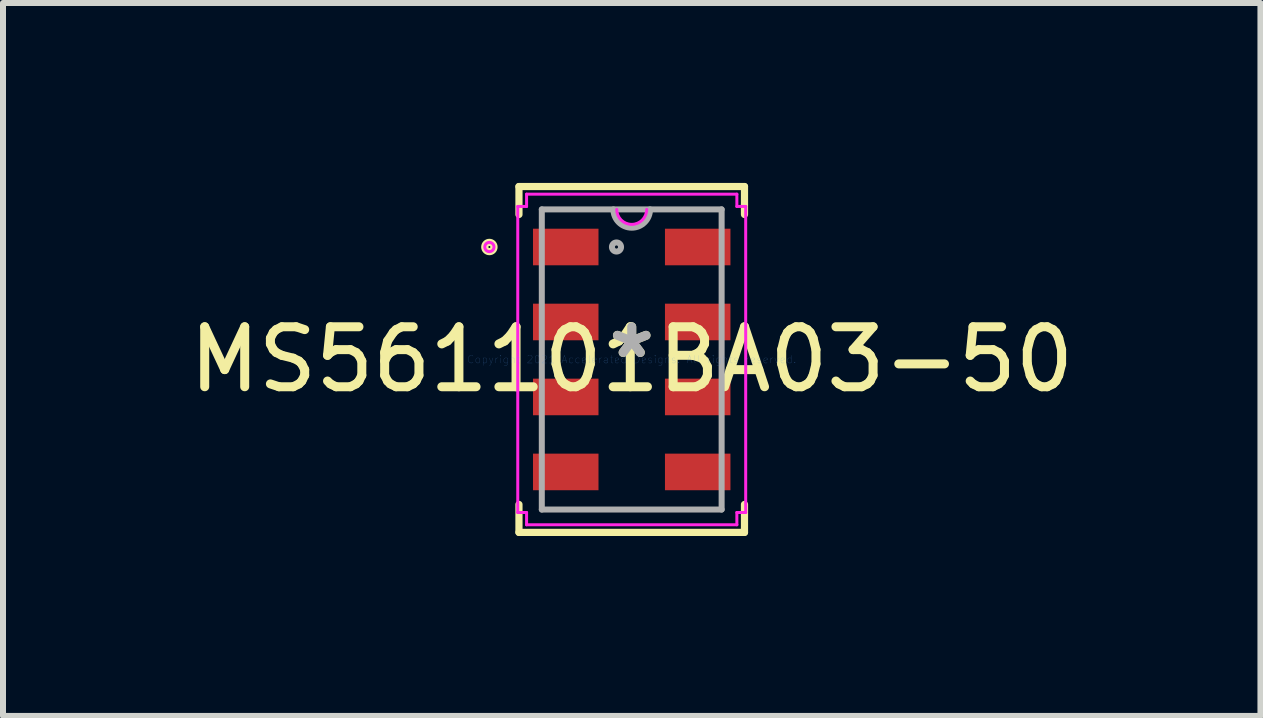
<source format=kicad_pcb>
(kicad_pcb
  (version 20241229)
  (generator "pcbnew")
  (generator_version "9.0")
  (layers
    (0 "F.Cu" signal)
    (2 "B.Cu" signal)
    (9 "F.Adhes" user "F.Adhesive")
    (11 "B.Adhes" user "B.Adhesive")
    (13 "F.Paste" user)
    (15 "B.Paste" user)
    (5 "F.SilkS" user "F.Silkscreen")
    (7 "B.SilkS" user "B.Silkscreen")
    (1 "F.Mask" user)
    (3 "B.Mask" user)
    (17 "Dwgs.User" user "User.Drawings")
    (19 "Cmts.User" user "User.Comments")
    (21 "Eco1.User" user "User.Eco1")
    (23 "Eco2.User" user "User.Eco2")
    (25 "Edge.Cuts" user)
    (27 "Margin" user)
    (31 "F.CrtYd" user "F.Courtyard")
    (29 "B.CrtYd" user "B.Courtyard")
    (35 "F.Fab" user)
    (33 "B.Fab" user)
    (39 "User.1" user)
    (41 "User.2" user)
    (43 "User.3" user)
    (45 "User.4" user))
  (footprint "MS561101BA03-50"
    (layer "F.Cu")
    (at 7.482 2.943)
    (property "Reference" "MS561101BA03-50" (at 0 0 0) (layer "F.SilkS") (effects (font (size 1 1) (thickness 0.15))))
    (attr through_hole)
    (fp_poly (pts (xy -1.646 -2.18) (xy -1.646 -1.57) (xy -0.554 -1.57) (xy -0.554 -2.18)) (stroke (width 0.1) (type solid)) (fill yes) (layer "F.Mask"))
    (fp_poly (pts (xy -1.646 -0.93) (xy -1.646 -0.32) (xy -0.554 -0.32) (xy -0.554 -0.93)) (stroke (width 0.1) (type solid)) (fill yes) (layer "F.Mask"))
    (fp_poly (pts (xy -1.646 0.32) (xy -1.646 0.93) (xy -0.554 0.93) (xy -0.554 0.32)) (stroke (width 0.1) (type solid)) (fill yes) (layer "F.Mask"))
    (fp_poly (pts (xy -1.646 1.57) (xy -1.646 2.18) (xy -0.554 2.18) (xy -0.554 1.57)) (stroke (width 0.1) (type solid)) (fill yes) (layer "F.Mask"))
    (fp_poly (pts (xy 0.554 -2.18) (xy 0.554 -1.57) (xy 1.646 -1.57) (xy 1.646 -2.18)) (stroke (width 0.1) (type solid)) (fill yes) (layer "F.Mask"))
    (fp_poly (pts (xy 0.554 -0.93) (xy 0.554 -0.32) (xy 1.646 -0.32) (xy 1.646 -0.93)) (stroke (width 0.1) (type solid)) (fill yes) (layer "F.Mask"))
    (fp_poly (pts (xy 0.554 0.32) (xy 0.554 0.93) (xy 1.646 0.93) (xy 1.646 0.32)) (stroke (width 0.1) (type solid)) (fill yes) (layer "F.Mask"))
    (fp_poly (pts (xy 0.554 1.57) (xy 0.554 2.18) (xy 1.646 2.18) (xy 1.646 1.57)) (stroke (width 0.1) (type solid)) (fill yes) (layer "F.Mask"))
    (fp_line (start -1.88 -2.883) (end -1.88 -2.417) (stroke (width 0.12) (type solid)) (layer "F.SilkS"))
    (fp_line (start -1.88 2.417) (end -1.88 2.883) (stroke (width 0.12) (type solid)) (layer "F.SilkS"))
    (fp_line (start -1.88 2.883) (end 1.88 2.883) (stroke (width 0.12) (type solid)) (layer "F.SilkS"))
    (fp_line (start 1.88 -2.883) (end -1.88 -2.883) (stroke (width 0.12) (type solid)) (layer "F.SilkS"))
    (fp_line (start 1.88 -2.417) (end 1.88 -2.883) (stroke (width 0.12) (type solid)) (layer "F.SilkS"))
    (fp_line (start 1.88 2.883) (end 1.88 2.417) (stroke (width 0.12) (type solid)) (layer "F.SilkS"))
    (fp_circle (center -2.373 -1.875) (end -2.296 -1.875) (stroke (width 0.12) (type solid)) (fill no) (layer "F.SilkS"))
    (fp_poly (pts (xy -1.646 -2.18) (xy -1.646 -1.57) (xy -0.554 -1.57) (xy -0.554 -2.18)) (stroke (width 0.1) (type solid)) (fill yes) (layer "F.Paste"))
    (fp_poly (pts (xy -1.646 -0.93) (xy -1.646 -0.32) (xy -0.554 -0.32) (xy -0.554 -0.93)) (stroke (width 0.1) (type solid)) (fill yes) (layer "F.Paste"))
    (fp_poly (pts (xy -1.646 0.32) (xy -1.646 0.93) (xy -0.554 0.93) (xy -0.554 0.32)) (stroke (width 0.1) (type solid)) (fill yes) (layer "F.Paste"))
    (fp_poly (pts (xy -1.646 1.57) (xy -1.646 2.18) (xy -0.554 2.18) (xy -0.554 1.57)) (stroke (width 0.1) (type solid)) (fill yes) (layer "F.Paste"))
    (fp_poly (pts (xy 0.554 -2.18) (xy 0.554 -1.57) (xy 1.646 -1.57) (xy 1.646 -2.18)) (stroke (width 0.1) (type solid)) (fill yes) (layer "F.Paste"))
    (fp_poly (pts (xy 0.554 -0.93) (xy 0.554 -0.32) (xy 1.646 -0.32) (xy 1.646 -0.93)) (stroke (width 0.1) (type solid)) (fill yes) (layer "F.Paste"))
    (fp_poly (pts (xy 0.554 0.32) (xy 0.554 0.93) (xy 1.646 0.93) (xy 1.646 0.32)) (stroke (width 0.1) (type solid)) (fill yes) (layer "F.Paste"))
    (fp_poly (pts (xy 0.554 1.57) (xy 0.554 2.18) (xy 1.646 2.18) (xy 1.646 1.57)) (stroke (width 0.1) (type solid)) (fill yes) (layer "F.Paste"))
    (fp_line (start -1.9 -2.551) (end -1.753 -2.551) (stroke (width 0.05) (type solid)) (layer "F.CrtYd"))
    (fp_line (start -1.9 2.551) (end -1.9 -2.551) (stroke (width 0.05) (type solid)) (layer "F.CrtYd"))
    (fp_line (start -1.753 -2.756) (end 1.753 -2.756) (stroke (width 0.05) (type solid)) (layer "F.CrtYd"))
    (fp_line (start -1.753 -2.551) (end -1.753 -2.756) (stroke (width 0.05) (type solid)) (layer "F.CrtYd"))
    (fp_line (start -1.753 2.551) (end -1.9 2.551) (stroke (width 0.05) (type solid)) (layer "F.CrtYd"))
    (fp_line (start -1.753 2.756) (end -1.753 2.551) (stroke (width 0.05) (type solid)) (layer "F.CrtYd"))
    (fp_line (start 1.753 -2.756) (end 1.753 -2.551) (stroke (width 0.05) (type solid)) (layer "F.CrtYd"))
    (fp_line (start 1.753 -2.551) (end 1.9 -2.551) (stroke (width 0.05) (type solid)) (layer "F.CrtYd"))
    (fp_line (start 1.753 2.551) (end 1.753 2.756) (stroke (width 0.05) (type solid)) (layer "F.CrtYd"))
    (fp_line (start 1.753 2.756) (end -1.753 2.756) (stroke (width 0.05) (type solid)) (layer "F.CrtYd"))
    (fp_line (start 1.9 -2.551) (end 1.9 2.551) (stroke (width 0.05) (type solid)) (layer "F.CrtYd"))
    (fp_line (start 1.9 2.551) (end 1.753 2.551) (stroke (width 0.05) (type solid)) (layer "F.CrtYd"))
    (fp_arc (start 0.249767 -2.5019) (mid 0 -2.252133) (end -0.249767 -2.5019) (stroke (width 0.05) (type solid)) (layer "F.CrtYd"))
    (fp_circle (center -2.373 -1.875) (end -2.296 -1.875) (stroke (width 0.05) (type solid)) (fill no) (layer "F.CrtYd"))
    (fp_line (start -1.499 -2.502) (end -1.499 2.502) (stroke (width 0.1) (type solid)) (layer "F.Fab"))
    (fp_line (start -1.499 2.502) (end 1.499 2.502) (stroke (width 0.1) (type solid)) (layer "F.Fab"))
    (fp_line (start 1.499 -2.502) (end -1.499 -2.502) (stroke (width 0.1) (type solid)) (layer "F.Fab"))
    (fp_line (start 1.499 2.502) (end 1.499 -2.502) (stroke (width 0.1) (type solid)) (layer "F.Fab"))
    (fp_arc (start 0.3048 -2.5019) (mid 0 -2.1971) (end -0.3048 -2.5019) (stroke (width 0.1) (type solid)) (layer "F.Fab"))
    (fp_circle (center -0.254 -1.875) (end -0.178 -1.875) (stroke (width 0.1) (type solid)) (fill no) (layer "F.Fab"))
    (fp_text user "*" (at 0 0 0) (layer "F.SilkS") (effects (font (size 1 1) (thickness 0.15))))
    (fp_text user "Copyright 2021 Accelerated Designs. All rights reserved." (at 0 0 0) (layer "Cmts.User") (effects (font (size 0.127 0.127) (thickness 0.002))))
    (fp_text user "*" (at 0 0 0) (layer "F.Fab") (effects (font (size 1 1) (thickness 0.15))))
    (pad "1" smd rect (at -1.1 -1.875) (size 1.092 0.61) (layers "F.Cu" "F.Mask" "F.Paste"))
    (pad "2" smd rect (at -1.1 -0.625) (size 1.092 0.61) (layers "F.Cu" "F.Mask" "F.Paste"))
    (pad "3" smd rect (at -1.1 0.625) (size 1.092 0.61) (layers "F.Cu" "F.Mask" "F.Paste"))
    (pad "4" smd rect (at -1.1 1.875) (size 1.092 0.61) (layers "F.Cu" "F.Mask" "F.Paste"))
    (pad "5" smd rect (at 1.1 1.875) (size 1.092 0.61) (layers "F.Cu" "F.Mask" "F.Paste"))
    (pad "6" smd rect (at 1.1 0.625) (size 1.092 0.61) (layers "F.Cu" "F.Mask" "F.Paste"))
    (pad "7" smd rect (at 1.1 -0.625) (size 1.092 0.61) (layers "F.Cu" "F.Mask" "F.Paste"))
    (pad "8" smd rect (at 1.1 -1.875) (size 1.092 0.61) (layers "F.Cu" "F.Mask" "F.Paste")))
  (gr_rect
    (start -3 -3)
    (end 17.964 8.886)
    (stroke (width 0.1) (type default))
    (fill no)
    (layer "Edge.Cuts")))
</source>
